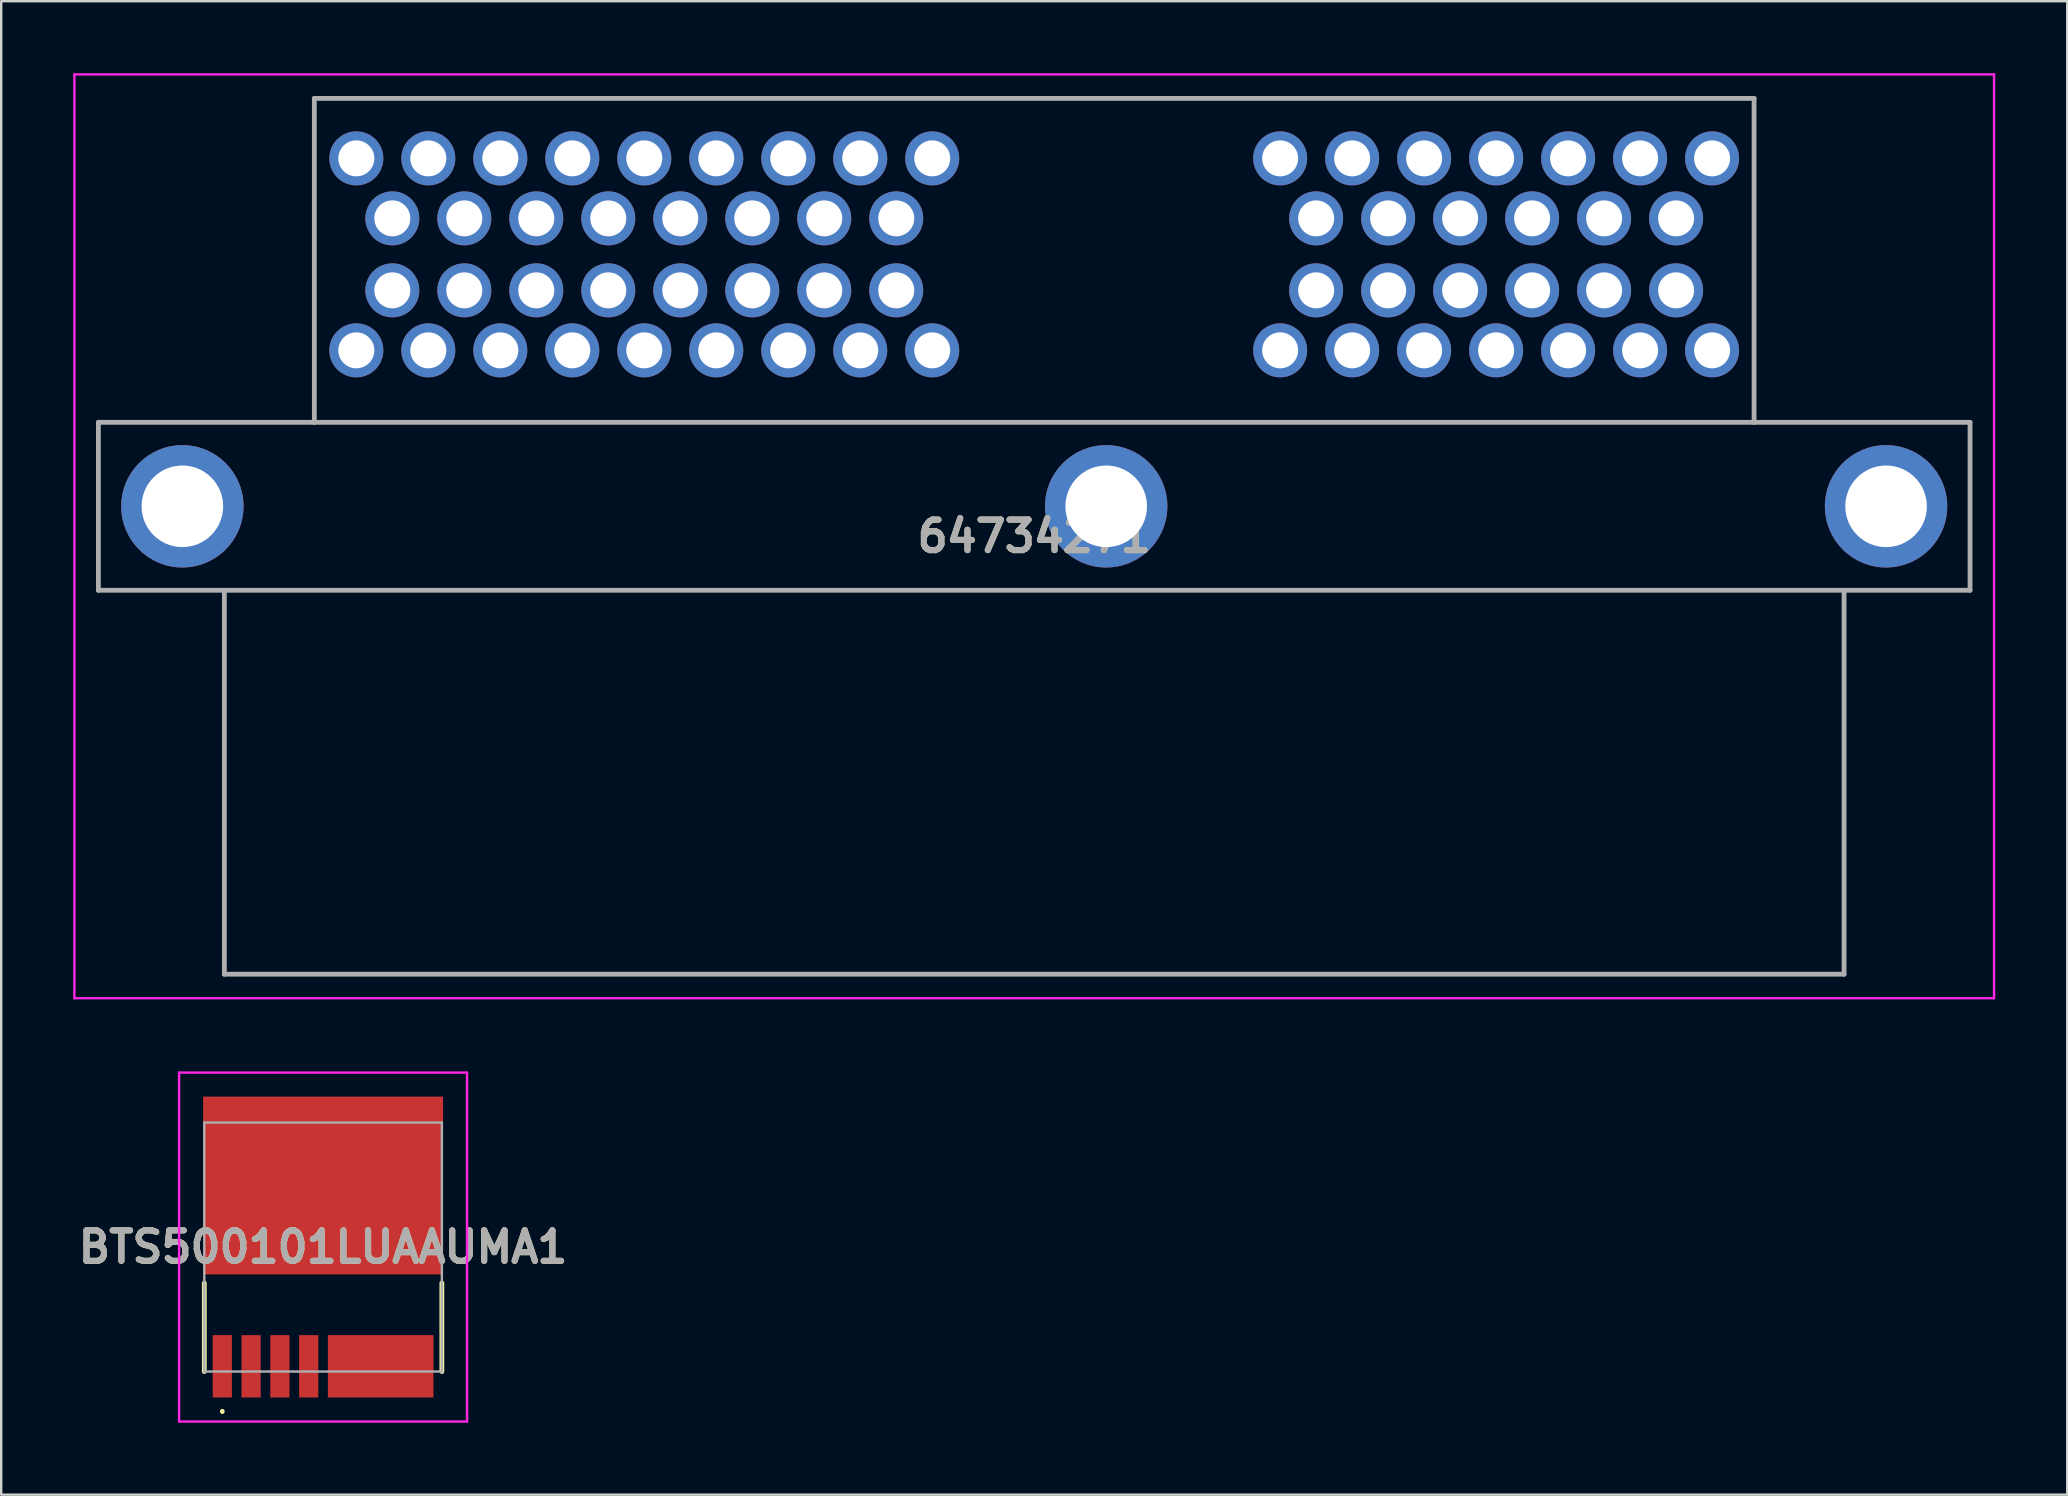
<source format=kicad_pcb>
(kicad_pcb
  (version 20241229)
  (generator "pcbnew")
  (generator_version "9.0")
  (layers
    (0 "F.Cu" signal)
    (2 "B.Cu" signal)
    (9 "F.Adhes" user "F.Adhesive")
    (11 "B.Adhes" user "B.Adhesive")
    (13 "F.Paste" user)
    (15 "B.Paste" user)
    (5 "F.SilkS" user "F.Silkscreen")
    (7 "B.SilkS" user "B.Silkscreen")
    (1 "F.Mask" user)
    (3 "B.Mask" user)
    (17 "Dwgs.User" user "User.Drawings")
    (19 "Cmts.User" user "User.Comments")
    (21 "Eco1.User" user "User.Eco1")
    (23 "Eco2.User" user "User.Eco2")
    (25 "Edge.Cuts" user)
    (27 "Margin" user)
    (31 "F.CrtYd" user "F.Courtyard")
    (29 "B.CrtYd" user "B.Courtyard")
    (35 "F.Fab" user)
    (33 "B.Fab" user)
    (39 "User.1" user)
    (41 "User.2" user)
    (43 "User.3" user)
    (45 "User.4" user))
  (footprint "64734271"
    (layer "F.Cu")
    (at 11.8 3.55)
    (property "Reference" "64734271" (at 28.25 15.75 0) (layer "F.SilkS") (effects (font (size 1.27 1.27) (thickness 0.254))))
    (attr through_hole)
    (fp_line (start -10.75 11) (end -1.75 11) (stroke (width 0.1) (type solid)) (layer "F.SilkS"))
    (fp_line (start -10.75 18) (end -10.75 11) (stroke (width 0.1) (type solid)) (layer "F.SilkS"))
    (fp_line (start -1.75 -2.5) (end 58.25 -2.5) (stroke (width 0.1) (type solid)) (layer "F.SilkS"))
    (fp_line (start -1.75 11) (end -1.75 -2.5) (stroke (width 0.1) (type solid)) (layer "F.SilkS"))
    (fp_line (start 58.25 -2.5) (end 58.25 11) (stroke (width 0.1) (type solid)) (layer "F.SilkS"))
    (fp_line (start 58.25 11) (end 67.25 11) (stroke (width 0.1) (type solid)) (layer "F.SilkS"))
    (fp_line (start 67.25 11) (end 67.25 18) (stroke (width 0.1) (type solid)) (layer "F.SilkS"))
    (fp_line (start 67.25 18) (end -10.75 18) (stroke (width 0.1) (type solid)) (layer "F.SilkS"))
    (fp_line (start -11.75 -3.5) (end 68.25 -3.5) (stroke (width 0.1) (type solid)) (layer "F.CrtYd"))
    (fp_line (start -11.75 35) (end -11.75 -3.5) (stroke (width 0.1) (type solid)) (layer "F.CrtYd"))
    (fp_line (start 68.25 -3.5) (end 68.25 35) (stroke (width 0.1) (type solid)) (layer "F.CrtYd"))
    (fp_line (start 68.25 35) (end -11.75 35) (stroke (width 0.1) (type solid)) (layer "F.CrtYd"))
    (fp_line (start -10.75 11) (end -10.75 18) (stroke (width 0.2) (type solid)) (layer "F.Fab"))
    (fp_line (start -10.75 18) (end 67.25 18) (stroke (width 0.2) (type solid)) (layer "F.Fab"))
    (fp_line (start -5.5 18) (end -5.5 34) (stroke (width 0.2) (type solid)) (layer "F.Fab"))
    (fp_line (start -5.5 34) (end 62 34) (stroke (width 0.2) (type solid)) (layer "F.Fab"))
    (fp_line (start -1.75 -2.5) (end 58.25 -2.5) (stroke (width 0.2) (type solid)) (layer "F.Fab"))
    (fp_line (start -1.75 11) (end -10.75 11) (stroke (width 0.2) (type solid)) (layer "F.Fab"))
    (fp_line (start -1.75 11) (end -1.75 -2.5) (stroke (width 0.2) (type solid)) (layer "F.Fab"))
    (fp_line (start 58.25 -2.5) (end 58.25 11) (stroke (width 0.2) (type solid)) (layer "F.Fab"))
    (fp_line (start 58.25 11) (end -1.75 11) (stroke (width 0.2) (type solid)) (layer "F.Fab"))
    (fp_line (start 62 34) (end 62 18) (stroke (width 0.2) (type solid)) (layer "F.Fab"))
    (fp_line (start 67.25 11) (end 58.25 11) (stroke (width 0.2) (type solid)) (layer "F.Fab"))
    (fp_line (start 67.25 18) (end 67.25 11) (stroke (width 0.2) (type solid)) (layer "F.Fab"))
    (fp_text user "${REFERENCE}" (at 28.25 15.75 0) (layer "F.Fab") (effects (font (size 1.27 1.27) (thickness 0.254))))
    (pad "1" thru_hole circle (at 0 0) (size 2.25 2.25) (drill 1.5) (layers "*.Cu" "*.Mask"))
    (pad "2" thru_hole circle (at 1.5 2.5) (size 2.25 2.25) (drill 1.5) (layers "*.Cu" "*.Mask"))
    (pad "3" thru_hole circle (at 3 0) (size 2.25 2.25) (drill 1.5) (layers "*.Cu" "*.Mask"))
    (pad "4" thru_hole circle (at 4.5 2.5) (size 2.25 2.25) (drill 1.5) (layers "*.Cu" "*.Mask"))
    (pad "5" thru_hole circle (at 6 0) (size 2.25 2.25) (drill 1.5) (layers "*.Cu" "*.Mask"))
    (pad "6" thru_hole circle (at 7.5 2.5) (size 2.25 2.25) (drill 1.5) (layers "*.Cu" "*.Mask"))
    (pad "7" thru_hole circle (at 9 0) (size 2.25 2.25) (drill 1.5) (layers "*.Cu" "*.Mask"))
    (pad "8" thru_hole circle (at 10.5 2.5) (size 2.25 2.25) (drill 1.5) (layers "*.Cu" "*.Mask"))
    (pad "9" thru_hole circle (at 12 0) (size 2.25 2.25) (drill 1.5) (layers "*.Cu" "*.Mask"))
    (pad "10" thru_hole circle (at 13.5 2.5) (size 2.25 2.25) (drill 1.5) (layers "*.Cu" "*.Mask"))
    (pad "11" thru_hole circle (at 15 0) (size 2.25 2.25) (drill 1.5) (layers "*.Cu" "*.Mask"))
    (pad "12" thru_hole circle (at 16.5 2.5) (size 2.25 2.25) (drill 1.5) (layers "*.Cu" "*.Mask"))
    (pad "13" thru_hole circle (at 18 0) (size 2.25 2.25) (drill 1.5) (layers "*.Cu" "*.Mask"))
    (pad "14" thru_hole circle (at 19.5 2.5) (size 2.25 2.25) (drill 1.5) (layers "*.Cu" "*.Mask"))
    (pad "15" thru_hole circle (at 21 0) (size 2.25 2.25) (drill 1.5) (layers "*.Cu" "*.Mask"))
    (pad "16" thru_hole circle (at 22.5 2.5) (size 2.25 2.25) (drill 1.5) (layers "*.Cu" "*.Mask"))
    (pad "17" thru_hole circle (at 24 0) (size 2.25 2.25) (drill 1.5) (layers "*.Cu" "*.Mask"))
    (pad "18" thru_hole circle (at 0 8) (size 2.25 2.25) (drill 1.5) (layers "*.Cu" "*.Mask"))
    (pad "19" thru_hole circle (at 1.5 5.5) (size 2.25 2.25) (drill 1.5) (layers "*.Cu" "*.Mask"))
    (pad "20" thru_hole circle (at 3 8) (size 2.25 2.25) (drill 1.5) (layers "*.Cu" "*.Mask"))
    (pad "21" thru_hole circle (at 4.5 5.5) (size 2.25 2.25) (drill 1.5) (layers "*.Cu" "*.Mask"))
    (pad "22" thru_hole circle (at 6 8) (size 2.25 2.25) (drill 1.5) (layers "*.Cu" "*.Mask"))
    (pad "23" thru_hole circle (at 7.5 5.5) (size 2.25 2.25) (drill 1.5) (layers "*.Cu" "*.Mask"))
    (pad "24" thru_hole circle (at 9 8) (size 2.25 2.25) (drill 1.5) (layers "*.Cu" "*.Mask"))
    (pad "25" thru_hole circle (at 10.5 5.5) (size 2.25 2.25) (drill 1.5) (layers "*.Cu" "*.Mask"))
    (pad "26" thru_hole circle (at 12 8) (size 2.25 2.25) (drill 1.5) (layers "*.Cu" "*.Mask"))
    (pad "27" thru_hole circle (at 13.5 5.5) (size 2.25 2.25) (drill 1.5) (layers "*.Cu" "*.Mask"))
    (pad "28" thru_hole circle (at 15 8) (size 2.25 2.25) (drill 1.5) (layers "*.Cu" "*.Mask"))
    (pad "29" thru_hole circle (at 16.5 5.5) (size 2.25 2.25) (drill 1.5) (layers "*.Cu" "*.Mask"))
    (pad "30" thru_hole circle (at 18 8) (size 2.25 2.25) (drill 1.5) (layers "*.Cu" "*.Mask"))
    (pad "31" thru_hole circle (at 19.5 5.5) (size 2.25 2.25) (drill 1.5) (layers "*.Cu" "*.Mask"))
    (pad "32" thru_hole circle (at 21 8) (size 2.25 2.25) (drill 1.5) (layers "*.Cu" "*.Mask"))
    (pad "33" thru_hole circle (at 22.5 5.5) (size 2.25 2.25) (drill 1.5) (layers "*.Cu" "*.Mask"))
    (pad "34" thru_hole circle (at 24 8) (size 2.25 2.25) (drill 1.5) (layers "*.Cu" "*.Mask"))
    (pad "35" thru_hole circle (at 38.5 0) (size 2.25 2.25) (drill 1.5) (layers "*.Cu" "*.Mask"))
    (pad "36" thru_hole circle (at 40 2.5) (size 2.25 2.25) (drill 1.5) (layers "*.Cu" "*.Mask"))
    (pad "37" thru_hole circle (at 41.5 0) (size 2.25 2.25) (drill 1.5) (layers "*.Cu" "*.Mask"))
    (pad "38" thru_hole circle (at 43 2.5) (size 2.25 2.25) (drill 1.5) (layers "*.Cu" "*.Mask"))
    (pad "39" thru_hole circle (at 44.5 0) (size 2.25 2.25) (drill 1.5) (layers "*.Cu" "*.Mask"))
    (pad "40" thru_hole circle (at 46 2.5) (size 2.25 2.25) (drill 1.5) (layers "*.Cu" "*.Mask"))
    (pad "41" thru_hole circle (at 47.5 0) (size 2.25 2.25) (drill 1.5) (layers "*.Cu" "*.Mask"))
    (pad "42" thru_hole circle (at 49 2.5) (size 2.25 2.25) (drill 1.5) (layers "*.Cu" "*.Mask"))
    (pad "43" thru_hole circle (at 50.5 0) (size 2.25 2.25) (drill 1.5) (layers "*.Cu" "*.Mask"))
    (pad "44" thru_hole circle (at 52 2.5) (size 2.25 2.25) (drill 1.5) (layers "*.Cu" "*.Mask"))
    (pad "45" thru_hole circle (at 53.5 0) (size 2.25 2.25) (drill 1.5) (layers "*.Cu" "*.Mask"))
    (pad "46" thru_hole circle (at 55 2.5) (size 2.25 2.25) (drill 1.5) (layers "*.Cu" "*.Mask"))
    (pad "47" thru_hole circle (at 56.5 0) (size 2.25 2.25) (drill 1.5) (layers "*.Cu" "*.Mask"))
    (pad "48" thru_hole circle (at 38.5 8) (size 2.25 2.25) (drill 1.5) (layers "*.Cu" "*.Mask"))
    (pad "49" thru_hole circle (at 40 5.5) (size 2.25 2.25) (drill 1.5) (layers "*.Cu" "*.Mask"))
    (pad "50" thru_hole circle (at 41.5 8) (size 2.25 2.25) (drill 1.5) (layers "*.Cu" "*.Mask"))
    (pad "51" thru_hole circle (at 43 5.5) (size 2.25 2.25) (drill 1.5) (layers "*.Cu" "*.Mask"))
    (pad "52" thru_hole circle (at 44.5 8) (size 2.25 2.25) (drill 1.5) (layers "*.Cu" "*.Mask"))
    (pad "53" thru_hole circle (at 46 5.5) (size 2.25 2.25) (drill 1.5) (layers "*.Cu" "*.Mask"))
    (pad "54" thru_hole circle (at 47.5 8) (size 2.25 2.25) (drill 1.5) (layers "*.Cu" "*.Mask"))
    (pad "55" thru_hole circle (at 49 5.5) (size 2.25 2.25) (drill 1.5) (layers "*.Cu" "*.Mask"))
    (pad "56" thru_hole circle (at 50.5 8) (size 2.25 2.25) (drill 1.5) (layers "*.Cu" "*.Mask"))
    (pad "57" thru_hole circle (at 52 5.5) (size 2.25 2.25) (drill 1.5) (layers "*.Cu" "*.Mask"))
    (pad "58" thru_hole circle (at 53.5 8) (size 2.25 2.25) (drill 1.5) (layers "*.Cu" "*.Mask"))
    (pad "59" thru_hole circle (at 55 5.5) (size 2.25 2.25) (drill 1.5) (layers "*.Cu" "*.Mask"))
    (pad "60" thru_hole circle (at 56.5 8) (size 2.25 2.25) (drill 1.5) (layers "*.Cu" "*.Mask"))
    (pad "MH1" thru_hole circle (at -7.25 14.5) (size 5.1 5.1) (drill 3.4) (layers "*.Cu" "*.Mask"))
    (pad "MH2" thru_hole circle (at 31.25 14.5) (size 5.1 5.1) (drill 3.4) (layers "*.Cu" "*.Mask"))
    (pad "MH3" thru_hole circle (at 63.75 14.5) (size 5.1 5.1) (drill 3.4) (layers "*.Cu" "*.Mask")))
  (footprint "BTS500101LUAAUMA1"
    (layer "F.Cu")
    (at 10.414 48.92)
    (property "Reference" "BTS500101LUAAUMA1" (at 0 0 0) (layer "F.SilkS") (effects (font (size 1.27 1.27) (thickness 0.254))))
    (attr smd)
    (fp_line (start -4.95 1.5) (end -4.95 5.188) (stroke (width 0.2) (type solid)) (layer "F.SilkS"))
    (fp_line (start -4.2 6.8) (end -4.2 6.8) (stroke (width 0.1) (type solid)) (layer "F.SilkS"))
    (fp_line (start -4.2 6.9) (end -4.2 6.9) (stroke (width 0.1) (type solid)) (layer "F.SilkS"))
    (fp_line (start 4.95 1.5) (end 4.95 5.188) (stroke (width 0.2) (type solid)) (layer "F.SilkS"))
    (fp_arc (start -4.2 6.8) (mid -4.15 6.85) (end -4.2 6.9) (stroke (width 0.1) (type solid)) (layer "F.SilkS"))
    (fp_arc (start -4.2 6.9) (mid -4.25 6.85) (end -4.2 6.8) (stroke (width 0.1) (type solid)) (layer "F.SilkS"))
    (fp_line (start -6 -7.27) (end 6 -7.27) (stroke (width 0.1) (type solid)) (layer "F.CrtYd"))
    (fp_line (start -6 7.27) (end -6 -7.27) (stroke (width 0.1) (type solid)) (layer "F.CrtYd"))
    (fp_line (start 6 -7.27) (end 6 7.27) (stroke (width 0.1) (type solid)) (layer "F.CrtYd"))
    (fp_line (start 6 7.27) (end -6 7.27) (stroke (width 0.1) (type solid)) (layer "F.CrtYd"))
    (fp_line (start -4.95 -5.188) (end 4.95 -5.188) (stroke (width 0.1) (type solid)) (layer "F.Fab"))
    (fp_line (start -4.95 5.188) (end -4.95 -5.188) (stroke (width 0.1) (type solid)) (layer "F.Fab"))
    (fp_line (start 4.95 -5.188) (end 4.95 5.188) (stroke (width 0.1) (type solid)) (layer "F.Fab"))
    (fp_line (start 4.95 5.188) (end -4.95 5.188) (stroke (width 0.1) (type solid)) (layer "F.Fab"))
    (fp_text user "${REFERENCE}" (at 0 0 0) (layer "F.Fab") (effects (font (size 1.27 1.27) (thickness 0.254))))
    (pad "1" smd rect (at -4.2 4.97) (size 0.8 2.6) (layers "F.Cu" "F.Mask" "F.Paste"))
    (pad "2" smd rect (at -3 4.97) (size 0.8 2.6) (layers "F.Cu" "F.Mask" "F.Paste"))
    (pad "3" smd rect (at -1.8 4.97) (size 0.8 2.6) (layers "F.Cu" "F.Mask" "F.Paste"))
    (pad "4" smd rect (at -0.6 4.97) (size 0.8 2.6) (layers "F.Cu" "F.Mask" "F.Paste"))
    (pad "5" smd rect (at 2.4 4.97 90) (size 2.6 4.4) (layers "F.Cu" "F.Mask" "F.Paste"))
    (pad "9" smd rect (at 0 -2.565 90) (size 7.41 10) (layers "F.Cu" "F.Mask" "F.Paste")))
  (gr_rect
    (start -3 -3)
    (end 83.1 59.24)
    (stroke (width 0.1) (type default))
    (fill no)
    (layer "Edge.Cuts")))
</source>
